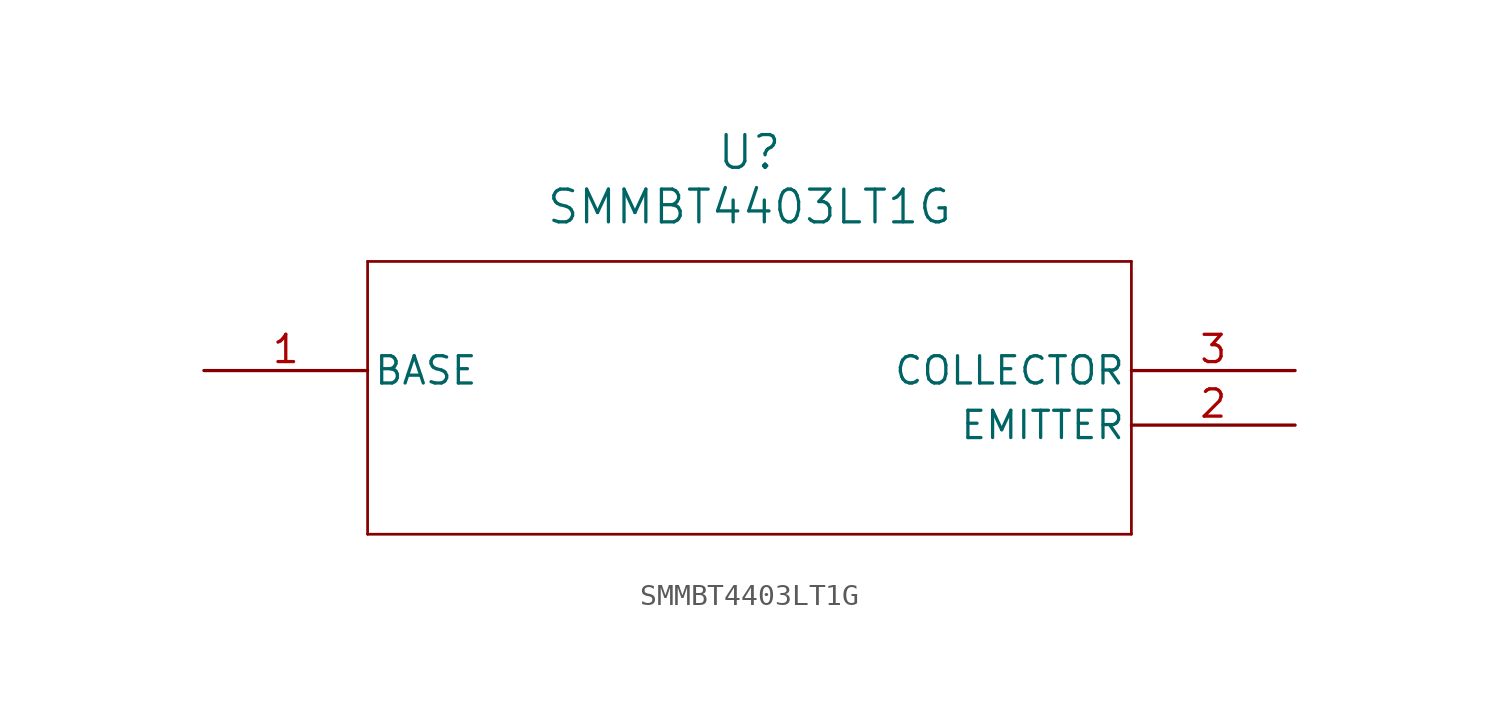
<source format=kicad_sym>
(kicad_symbol_lib
  (version 20211014)
  (generator kicad_symbol_editor)
  (symbol "SMMBT4403LT1G"
    (pin_names
      (offset 0.254))
    (property "Reference" "U"
      (at 25.4 10.16 0)
      (effects (font (size 1.524 1.524))))
    (property "Value" "SMMBT4403LT1G"
      (at 25.4 7.62 0)
      (effects (font (size 1.524 1.524))))
    (symbol "SMMBT4403LT1G_0_1"
      (polyline (pts (xy 7.62 5.08) (xy 7.62 -7.62)) (stroke (width 0.127) (type default) (color 0 0 0 0)) (fill (type none)))
      (polyline (pts (xy 7.62 -7.62) (xy 43.18 -7.62)) (stroke (width 0.127) (type default) (color 0 0 0 0)) (fill (type none)))
      (polyline (pts (xy 43.18 -7.62) (xy 43.18 5.08)) (stroke (width 0.127) (type default) (color 0 0 0 0)) (fill (type none)))
      (polyline (pts (xy 43.18 5.08) (xy 7.62 5.08)) (stroke (width 0.127) (type default) (color 0 0 0 0)) (fill (type none)))
      (pin unspecified line (at 0 0 0) (length 7.62) (name "BASE" (effects (font (size 1.27 1.27)))) (number "1" (effects (font (size 1.27 1.27)))))
      (pin unspecified line (at 50.8 -2.54 180) (length 7.62) (name "EMITTER" (effects (font (size 1.27 1.27)))) (number "2" (effects (font (size 1.27 1.27)))))
      (pin unspecified line (at 50.8 0 180) (length 7.62) (name "COLLECTOR" (effects (font (size 1.27 1.27)))) (number "3" (effects (font (size 1.27 1.27))))))))
</source>
